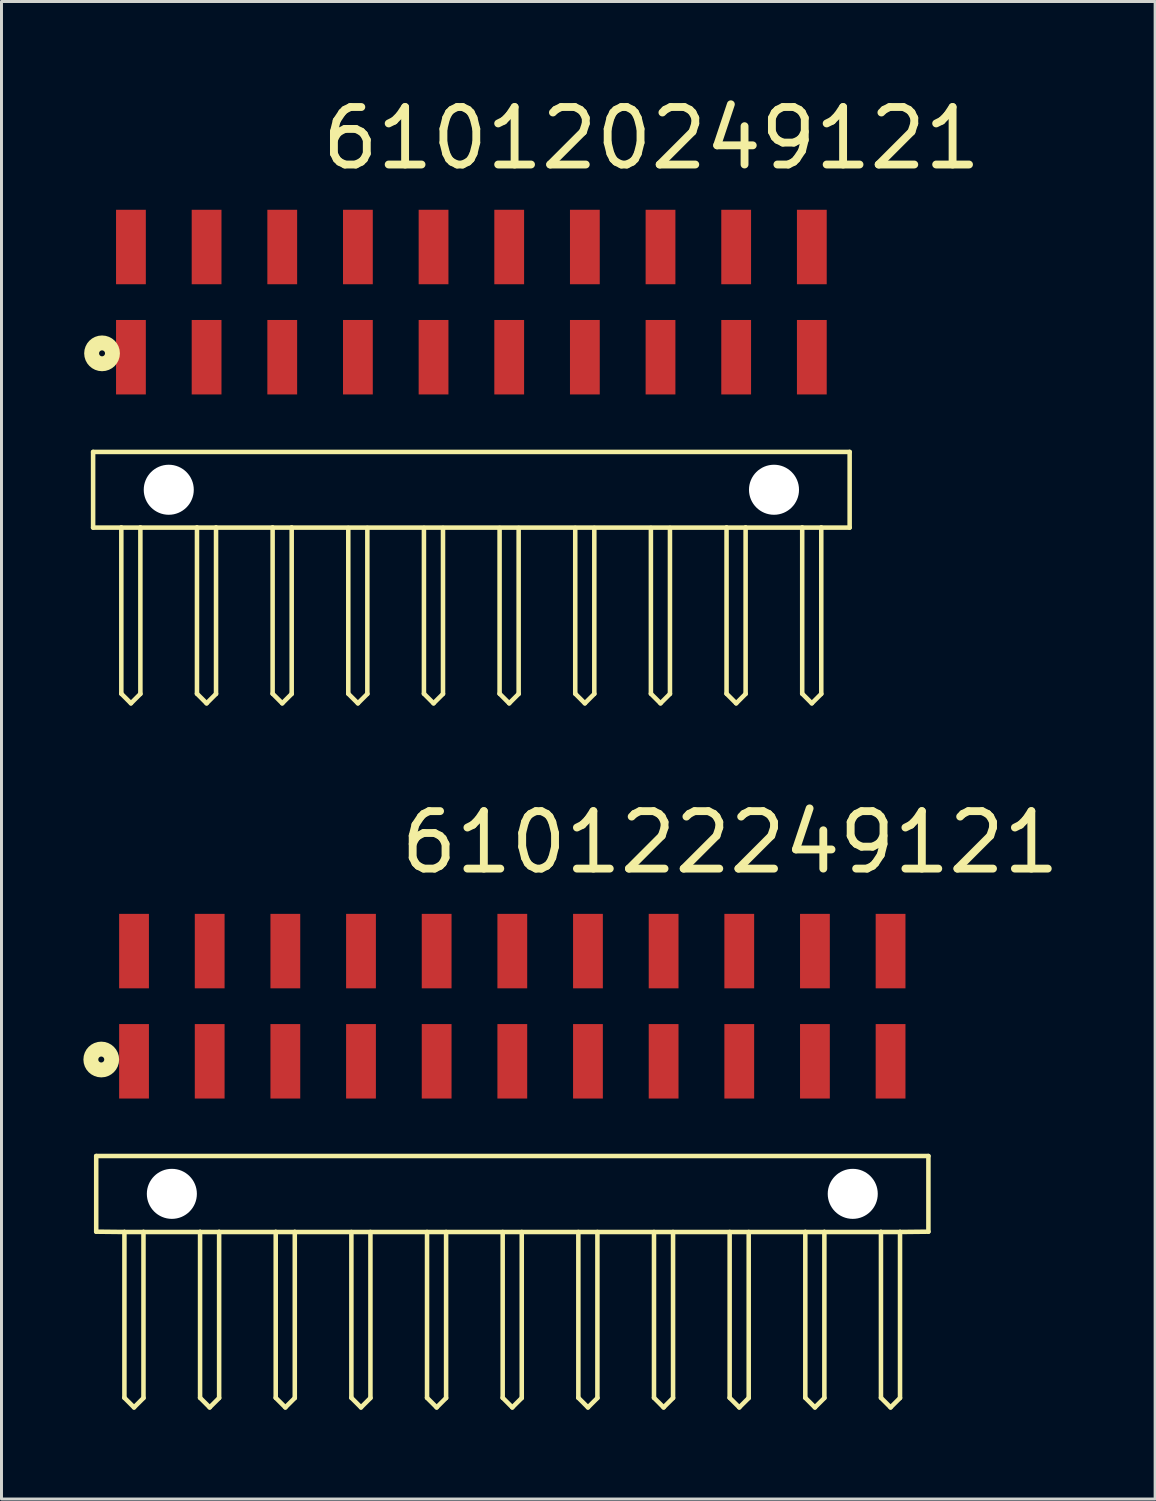
<source format=kicad_pcb>
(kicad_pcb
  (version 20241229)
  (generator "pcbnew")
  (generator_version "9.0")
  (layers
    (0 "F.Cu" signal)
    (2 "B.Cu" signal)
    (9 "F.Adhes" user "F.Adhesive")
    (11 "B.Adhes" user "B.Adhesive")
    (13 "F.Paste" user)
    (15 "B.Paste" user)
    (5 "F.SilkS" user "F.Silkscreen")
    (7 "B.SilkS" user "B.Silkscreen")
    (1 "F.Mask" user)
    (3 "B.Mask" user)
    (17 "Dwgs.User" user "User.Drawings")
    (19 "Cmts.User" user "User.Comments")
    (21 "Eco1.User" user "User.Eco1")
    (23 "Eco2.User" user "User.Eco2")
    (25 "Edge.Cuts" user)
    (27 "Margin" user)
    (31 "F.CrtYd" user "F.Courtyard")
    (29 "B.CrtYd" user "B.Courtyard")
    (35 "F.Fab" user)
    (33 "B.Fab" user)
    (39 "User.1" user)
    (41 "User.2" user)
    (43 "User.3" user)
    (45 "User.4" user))
  (footprint "610120249121"
    (layer "F.Cu")
    (at 12.776 13.393)
    (property "Reference" "610120249121" (at -5.156 -10.67 0) (layer "F.SilkS") (effects (font (size 1.93 1.93) (thickness 0.264)) (justify left bottom)))
    (attr through_hole)
    (fp_line (start -12.7 -1.27) (end -12.7 1.27) (stroke (width 0.152) (type solid)) (layer "F.SilkS"))
    (fp_line (start -11.753 1.27) (end -12.7 1.27) (stroke (width 0.152) (type solid)) (layer "F.SilkS"))
    (fp_line (start -11.753 1.27) (end -11.753 6.847) (stroke (width 0.152) (type solid)) (layer "F.SilkS"))
    (fp_line (start -11.43 7.17) (end -11.753 6.847) (stroke (width 0.152) (type solid)) (layer "F.SilkS"))
    (fp_line (start -11.113 1.27) (end -11.753 1.27) (stroke (width 0.152) (type solid)) (layer "F.SilkS"))
    (fp_line (start -11.113 1.27) (end -11.113 6.853) (stroke (width 0.152) (type solid)) (layer "F.SilkS"))
    (fp_line (start -11.113 6.853) (end -11.43 7.17) (stroke (width 0.152) (type solid)) (layer "F.SilkS"))
    (fp_line (start -9.213 1.27) (end -11.113 1.27) (stroke (width 0.152) (type solid)) (layer "F.SilkS"))
    (fp_line (start -9.213 1.27) (end -9.213 6.847) (stroke (width 0.152) (type solid)) (layer "F.SilkS"))
    (fp_line (start -8.89 7.17) (end -9.213 6.847) (stroke (width 0.152) (type solid)) (layer "F.SilkS"))
    (fp_line (start -8.573 1.27) (end -9.213 1.27) (stroke (width 0.152) (type solid)) (layer "F.SilkS"))
    (fp_line (start -8.573 1.27) (end -8.573 6.853) (stroke (width 0.152) (type solid)) (layer "F.SilkS"))
    (fp_line (start -8.573 6.853) (end -8.89 7.17) (stroke (width 0.152) (type solid)) (layer "F.SilkS"))
    (fp_line (start -6.673 1.27) (end -8.573 1.27) (stroke (width 0.152) (type solid)) (layer "F.SilkS"))
    (fp_line (start -6.673 1.27) (end -6.673 6.847) (stroke (width 0.152) (type solid)) (layer "F.SilkS"))
    (fp_line (start -6.35 7.17) (end -6.673 6.847) (stroke (width 0.152) (type solid)) (layer "F.SilkS"))
    (fp_line (start -6.033 1.27) (end -6.673 1.27) (stroke (width 0.152) (type solid)) (layer "F.SilkS"))
    (fp_line (start -6.033 1.27) (end -6.033 6.853) (stroke (width 0.152) (type solid)) (layer "F.SilkS"))
    (fp_line (start -6.033 6.853) (end -6.35 7.17) (stroke (width 0.152) (type solid)) (layer "F.SilkS"))
    (fp_line (start -4.133 1.28) (end -4.133 6.847) (stroke (width 0.152) (type solid)) (layer "F.SilkS"))
    (fp_line (start -3.81 7.17) (end -4.133 6.847) (stroke (width 0.152) (type solid)) (layer "F.SilkS"))
    (fp_line (start -3.493 1.28) (end -3.493 6.853) (stroke (width 0.152) (type solid)) (layer "F.SilkS"))
    (fp_line (start -3.493 6.853) (end -3.81 7.17) (stroke (width 0.152) (type solid)) (layer "F.SilkS"))
    (fp_line (start -1.593 1.28) (end -1.593 6.847) (stroke (width 0.152) (type solid)) (layer "F.SilkS"))
    (fp_line (start -1.27 7.17) (end -1.593 6.847) (stroke (width 0.152) (type solid)) (layer "F.SilkS"))
    (fp_line (start -0.953 1.28) (end -0.953 6.853) (stroke (width 0.152) (type solid)) (layer "F.SilkS"))
    (fp_line (start -0.953 6.853) (end -1.27 7.17) (stroke (width 0.152) (type solid)) (layer "F.SilkS"))
    (fp_line (start 0.947 1.28) (end 0.947 6.847) (stroke (width 0.152) (type solid)) (layer "F.SilkS"))
    (fp_line (start 1.27 7.17) (end 0.947 6.847) (stroke (width 0.152) (type solid)) (layer "F.SilkS"))
    (fp_line (start 1.587 1.28) (end 1.587 6.853) (stroke (width 0.152) (type solid)) (layer "F.SilkS"))
    (fp_line (start 1.587 6.853) (end 1.27 7.17) (stroke (width 0.152) (type solid)) (layer "F.SilkS"))
    (fp_line (start 3.487 1.28) (end 3.487 6.847) (stroke (width 0.152) (type solid)) (layer "F.SilkS"))
    (fp_line (start 3.81 7.17) (end 3.487 6.847) (stroke (width 0.152) (type solid)) (layer "F.SilkS"))
    (fp_line (start 4.127 1.28) (end 4.127 6.853) (stroke (width 0.152) (type solid)) (layer "F.SilkS"))
    (fp_line (start 4.127 6.853) (end 3.81 7.17) (stroke (width 0.152) (type solid)) (layer "F.SilkS"))
    (fp_line (start 6.027 1.28) (end 6.027 6.847) (stroke (width 0.152) (type solid)) (layer "F.SilkS"))
    (fp_line (start 6.35 7.17) (end 6.027 6.847) (stroke (width 0.152) (type solid)) (layer "F.SilkS"))
    (fp_line (start 6.667 1.28) (end 6.667 6.853) (stroke (width 0.152) (type solid)) (layer "F.SilkS"))
    (fp_line (start 6.667 6.853) (end 6.35 7.17) (stroke (width 0.152) (type solid)) (layer "F.SilkS"))
    (fp_line (start 8.567 1.27) (end -6.033 1.27) (stroke (width 0.152) (type solid)) (layer "F.SilkS"))
    (fp_line (start 8.567 1.27) (end 8.567 6.847) (stroke (width 0.152) (type solid)) (layer "F.SilkS"))
    (fp_line (start 8.89 7.17) (end 8.567 6.847) (stroke (width 0.152) (type solid)) (layer "F.SilkS"))
    (fp_line (start 9.207 1.27) (end 8.567 1.27) (stroke (width 0.152) (type solid)) (layer "F.SilkS"))
    (fp_line (start 9.207 1.27) (end 9.207 6.853) (stroke (width 0.152) (type solid)) (layer "F.SilkS"))
    (fp_line (start 9.207 6.853) (end 8.89 7.17) (stroke (width 0.152) (type solid)) (layer "F.SilkS"))
    (fp_line (start 11.107 1.27) (end 9.207 1.27) (stroke (width 0.152) (type solid)) (layer "F.SilkS"))
    (fp_line (start 11.107 1.27) (end 11.107 6.847) (stroke (width 0.152) (type solid)) (layer "F.SilkS"))
    (fp_line (start 11.43 7.17) (end 11.107 6.847) (stroke (width 0.152) (type solid)) (layer "F.SilkS"))
    (fp_line (start 11.747 1.27) (end 11.107 1.27) (stroke (width 0.152) (type solid)) (layer "F.SilkS"))
    (fp_line (start 11.747 1.27) (end 11.747 6.853) (stroke (width 0.152) (type solid)) (layer "F.SilkS"))
    (fp_line (start 11.747 6.853) (end 11.43 7.17) (stroke (width 0.152) (type solid)) (layer "F.SilkS"))
    (fp_line (start 12.7 -1.27) (end -12.7 -1.27) (stroke (width 0.152) (type solid)) (layer "F.SilkS"))
    (fp_line (start 12.7 -1.27) (end 12.7 1.27) (stroke (width 0.152) (type solid)) (layer "F.SilkS"))
    (fp_line (start 12.7 1.27) (end 11.747 1.27) (stroke (width 0.152) (type solid)) (layer "F.SilkS"))
    (fp_circle (center -12.4 -4.58) (end -12.3 -4.58) (stroke (width 0.5) (type solid)) (fill no) (layer "F.SilkS"))
    (pad "" np_thru_hole circle (at -10.16 0) (size 1.68 1.68) (drill 1.68) (layers "*.Cu"))
    (pad "" np_thru_hole circle (at 10.16 0) (size 1.68 1.68) (drill 1.68) (layers "*.Cu"))
    (pad "1" smd rect (at -11.43 -4.45) (size 1 2.5) (layers "F.Cu" "F.Mask" "F.Paste"))
    (pad "2" smd rect (at -8.89 -4.45) (size 1 2.5) (layers "F.Cu" "F.Mask" "F.Paste"))
    (pad "3" smd rect (at -6.35 -4.45) (size 1 2.5) (layers "F.Cu" "F.Mask" "F.Paste"))
    (pad "4" smd rect (at -3.81 -4.45) (size 1 2.5) (layers "F.Cu" "F.Mask" "F.Paste"))
    (pad "5" smd rect (at -1.27 -4.45) (size 1 2.5) (layers "F.Cu" "F.Mask" "F.Paste"))
    (pad "6" smd rect (at 1.27 -4.45) (size 1 2.5) (layers "F.Cu" "F.Mask" "F.Paste"))
    (pad "7" smd rect (at 3.81 -4.45) (size 1 2.5) (layers "F.Cu" "F.Mask" "F.Paste"))
    (pad "8" smd rect (at 6.35 -4.45) (size 1 2.5) (layers "F.Cu" "F.Mask" "F.Paste"))
    (pad "9" smd rect (at 8.89 -4.45) (size 1 2.5) (layers "F.Cu" "F.Mask" "F.Paste"))
    (pad "10" smd rect (at 11.43 -4.45) (size 1 2.5) (layers "F.Cu" "F.Mask" "F.Paste"))
    (pad "11" smd rect (at 11.43 -8.15) (size 1 2.5) (layers "F.Cu" "F.Mask" "F.Paste"))
    (pad "12" smd rect (at 8.89 -8.15) (size 1 2.5) (layers "F.Cu" "F.Mask" "F.Paste"))
    (pad "13" smd rect (at 6.35 -8.15) (size 1 2.5) (layers "F.Cu" "F.Mask" "F.Paste"))
    (pad "14" smd rect (at 3.81 -8.15) (size 1 2.5) (layers "F.Cu" "F.Mask" "F.Paste"))
    (pad "15" smd rect (at 1.27 -8.15) (size 1 2.5) (layers "F.Cu" "F.Mask" "F.Paste"))
    (pad "16" smd rect (at -1.27 -8.15) (size 1 2.5) (layers "F.Cu" "F.Mask" "F.Paste"))
    (pad "17" smd rect (at -3.81 -8.15) (size 1 2.5) (layers "F.Cu" "F.Mask" "F.Paste"))
    (pad "18" smd rect (at -6.35 -8.15) (size 1 2.5) (layers "F.Cu" "F.Mask" "F.Paste"))
    (pad "19" smd rect (at -8.89 -8.15) (size 1 2.5) (layers "F.Cu" "F.Mask" "F.Paste"))
    (pad "20" smd rect (at -11.43 -8.15) (size 1 2.5) (layers "F.Cu" "F.Mask" "F.Paste")))
  (footprint "610122249121"
    (layer "F.Cu")
    (at 14.15 37.032)
    (property "Reference" "610122249121" (at -3.886 -10.67 0) (layer "F.SilkS") (effects (font (size 1.93 1.93) (thickness 0.264)) (justify left bottom)))
    (attr through_hole)
    (fp_line (start -13.97 -1.27) (end -13.97 1.27) (stroke (width 0.152) (type solid)) (layer "F.SilkS"))
    (fp_line (start -13.023 1.28) (end -13.97 1.27) (stroke (width 0.152) (type solid)) (layer "F.SilkS"))
    (fp_line (start -13.023 1.28) (end -13.023 6.847) (stroke (width 0.152) (type solid)) (layer "F.SilkS"))
    (fp_line (start -12.7 7.17) (end -13.023 6.847) (stroke (width 0.152) (type solid)) (layer "F.SilkS"))
    (fp_line (start -12.383 1.28) (end -13.023 1.28) (stroke (width 0.152) (type solid)) (layer "F.SilkS"))
    (fp_line (start -12.383 1.28) (end -12.383 6.853) (stroke (width 0.152) (type solid)) (layer "F.SilkS"))
    (fp_line (start -12.383 6.853) (end -12.7 7.17) (stroke (width 0.152) (type solid)) (layer "F.SilkS"))
    (fp_line (start -10.483 1.28) (end -12.383 1.28) (stroke (width 0.152) (type solid)) (layer "F.SilkS"))
    (fp_line (start -10.483 1.28) (end -10.483 6.847) (stroke (width 0.152) (type solid)) (layer "F.SilkS"))
    (fp_line (start -10.16 7.17) (end -10.483 6.847) (stroke (width 0.152) (type solid)) (layer "F.SilkS"))
    (fp_line (start -9.843 1.28) (end -10.483 1.28) (stroke (width 0.152) (type solid)) (layer "F.SilkS"))
    (fp_line (start -9.843 1.28) (end -9.843 6.853) (stroke (width 0.152) (type solid)) (layer "F.SilkS"))
    (fp_line (start -9.843 6.853) (end -10.16 7.17) (stroke (width 0.152) (type solid)) (layer "F.SilkS"))
    (fp_line (start -7.943 1.28) (end -9.843 1.28) (stroke (width 0.152) (type solid)) (layer "F.SilkS"))
    (fp_line (start -7.943 1.28) (end -7.943 6.847) (stroke (width 0.152) (type solid)) (layer "F.SilkS"))
    (fp_line (start -7.62 7.17) (end -7.943 6.847) (stroke (width 0.152) (type solid)) (layer "F.SilkS"))
    (fp_line (start -7.303 1.28) (end -7.943 1.28) (stroke (width 0.152) (type solid)) (layer "F.SilkS"))
    (fp_line (start -7.303 1.28) (end -7.303 6.853) (stroke (width 0.152) (type solid)) (layer "F.SilkS"))
    (fp_line (start -7.303 6.853) (end -7.62 7.17) (stroke (width 0.152) (type solid)) (layer "F.SilkS"))
    (fp_line (start -5.403 1.28) (end -5.403 6.847) (stroke (width 0.152) (type solid)) (layer "F.SilkS"))
    (fp_line (start -5.08 7.17) (end -5.403 6.847) (stroke (width 0.152) (type solid)) (layer "F.SilkS"))
    (fp_line (start -4.763 1.28) (end -4.763 6.853) (stroke (width 0.152) (type solid)) (layer "F.SilkS"))
    (fp_line (start -4.763 6.853) (end -5.08 7.17) (stroke (width 0.152) (type solid)) (layer "F.SilkS"))
    (fp_line (start -2.863 1.28) (end -2.863 6.847) (stroke (width 0.152) (type solid)) (layer "F.SilkS"))
    (fp_line (start -2.54 7.17) (end -2.863 6.847) (stroke (width 0.152) (type solid)) (layer "F.SilkS"))
    (fp_line (start -2.223 1.28) (end -2.223 6.853) (stroke (width 0.152) (type solid)) (layer "F.SilkS"))
    (fp_line (start -2.223 6.853) (end -2.54 7.17) (stroke (width 0.152) (type solid)) (layer "F.SilkS"))
    (fp_line (start -0.323 1.28) (end -0.323 6.847) (stroke (width 0.152) (type solid)) (layer "F.SilkS"))
    (fp_line (start 0 7.17) (end -0.323 6.847) (stroke (width 0.152) (type solid)) (layer "F.SilkS"))
    (fp_line (start 0.317 1.28) (end 0.317 6.853) (stroke (width 0.152) (type solid)) (layer "F.SilkS"))
    (fp_line (start 0.317 6.853) (end 0 7.17) (stroke (width 0.152) (type solid)) (layer "F.SilkS"))
    (fp_line (start 2.217 1.28) (end 2.217 6.847) (stroke (width 0.152) (type solid)) (layer "F.SilkS"))
    (fp_line (start 2.54 7.17) (end 2.217 6.847) (stroke (width 0.152) (type solid)) (layer "F.SilkS"))
    (fp_line (start 2.857 1.28) (end 2.857 6.853) (stroke (width 0.152) (type solid)) (layer "F.SilkS"))
    (fp_line (start 2.857 6.853) (end 2.54 7.17) (stroke (width 0.152) (type solid)) (layer "F.SilkS"))
    (fp_line (start 4.757 1.28) (end 4.757 6.847) (stroke (width 0.152) (type solid)) (layer "F.SilkS"))
    (fp_line (start 5.08 7.17) (end 4.757 6.847) (stroke (width 0.152) (type solid)) (layer "F.SilkS"))
    (fp_line (start 5.397 1.28) (end 5.397 6.853) (stroke (width 0.152) (type solid)) (layer "F.SilkS"))
    (fp_line (start 5.397 6.853) (end 5.08 7.17) (stroke (width 0.152) (type solid)) (layer "F.SilkS"))
    (fp_line (start 7.297 1.28) (end 7.297 6.847) (stroke (width 0.152) (type solid)) (layer "F.SilkS"))
    (fp_line (start 7.62 7.17) (end 7.297 6.847) (stroke (width 0.152) (type solid)) (layer "F.SilkS"))
    (fp_line (start 7.937 1.28) (end 7.937 6.853) (stroke (width 0.152) (type solid)) (layer "F.SilkS"))
    (fp_line (start 7.937 6.853) (end 7.62 7.17) (stroke (width 0.152) (type solid)) (layer "F.SilkS"))
    (fp_line (start 9.837 1.28) (end -7.303 1.28) (stroke (width 0.152) (type solid)) (layer "F.SilkS"))
    (fp_line (start 9.837 1.28) (end 9.837 6.847) (stroke (width 0.152) (type solid)) (layer "F.SilkS"))
    (fp_line (start 10.16 7.17) (end 9.837 6.847) (stroke (width 0.152) (type solid)) (layer "F.SilkS"))
    (fp_line (start 10.477 1.28) (end 9.837 1.28) (stroke (width 0.152) (type solid)) (layer "F.SilkS"))
    (fp_line (start 10.477 1.28) (end 10.477 6.853) (stroke (width 0.152) (type solid)) (layer "F.SilkS"))
    (fp_line (start 10.477 6.853) (end 10.16 7.17) (stroke (width 0.152) (type solid)) (layer "F.SilkS"))
    (fp_line (start 12.377 1.28) (end 10.477 1.28) (stroke (width 0.152) (type solid)) (layer "F.SilkS"))
    (fp_line (start 12.377 1.28) (end 12.377 6.847) (stroke (width 0.152) (type solid)) (layer "F.SilkS"))
    (fp_line (start 12.7 7.17) (end 12.377 6.847) (stroke (width 0.152) (type solid)) (layer "F.SilkS"))
    (fp_line (start 13.017 1.28) (end 12.377 1.28) (stroke (width 0.152) (type solid)) (layer "F.SilkS"))
    (fp_line (start 13.017 1.28) (end 13.017 6.853) (stroke (width 0.152) (type solid)) (layer "F.SilkS"))
    (fp_line (start 13.017 6.853) (end 12.7 7.17) (stroke (width 0.152) (type solid)) (layer "F.SilkS"))
    (fp_line (start 13.97 -1.27) (end -13.97 -1.27) (stroke (width 0.152) (type solid)) (layer "F.SilkS"))
    (fp_line (start 13.97 -1.27) (end 13.97 1.27) (stroke (width 0.152) (type solid)) (layer "F.SilkS"))
    (fp_line (start 13.97 1.27) (end 13.017 1.28) (stroke (width 0.152) (type solid)) (layer "F.SilkS"))
    (fp_circle (center -13.8 -4.51) (end -13.7 -4.51) (stroke (width 0.5) (type solid)) (fill no) (layer "F.SilkS"))
    (pad "" np_thru_hole circle (at -11.43 0) (size 1.68 1.68) (drill 1.68) (layers "*.Cu"))
    (pad "" np_thru_hole circle (at 11.43 0) (size 1.68 1.68) (drill 1.68) (layers "*.Cu"))
    (pad "1" smd rect (at -12.7 -4.45) (size 1 2.5) (layers "F.Cu" "F.Mask" "F.Paste"))
    (pad "2" smd rect (at -10.16 -4.45) (size 1 2.5) (layers "F.Cu" "F.Mask" "F.Paste"))
    (pad "3" smd rect (at -7.62 -4.45) (size 1 2.5) (layers "F.Cu" "F.Mask" "F.Paste"))
    (pad "4" smd rect (at -5.08 -4.45) (size 1 2.5) (layers "F.Cu" "F.Mask" "F.Paste"))
    (pad "5" smd rect (at -2.54 -4.45) (size 1 2.5) (layers "F.Cu" "F.Mask" "F.Paste"))
    (pad "6" smd rect (at 0 -4.45) (size 1 2.5) (layers "F.Cu" "F.Mask" "F.Paste"))
    (pad "7" smd rect (at 2.54 -4.45) (size 1 2.5) (layers "F.Cu" "F.Mask" "F.Paste"))
    (pad "8" smd rect (at 5.08 -4.45) (size 1 2.5) (layers "F.Cu" "F.Mask" "F.Paste"))
    (pad "9" smd rect (at 7.62 -4.45) (size 1 2.5) (layers "F.Cu" "F.Mask" "F.Paste"))
    (pad "10" smd rect (at 10.16 -4.45) (size 1 2.5) (layers "F.Cu" "F.Mask" "F.Paste"))
    (pad "11" smd rect (at 12.7 -4.45) (size 1 2.5) (layers "F.Cu" "F.Mask" "F.Paste"))
    (pad "12" smd rect (at 12.7 -8.15) (size 1 2.5) (layers "F.Cu" "F.Mask" "F.Paste"))
    (pad "13" smd rect (at 10.16 -8.15) (size 1 2.5) (layers "F.Cu" "F.Mask" "F.Paste"))
    (pad "14" smd rect (at 7.62 -8.15) (size 1 2.5) (layers "F.Cu" "F.Mask" "F.Paste"))
    (pad "15" smd rect (at 5.08 -8.15) (size 1 2.5) (layers "F.Cu" "F.Mask" "F.Paste"))
    (pad "16" smd rect (at 2.54 -8.15) (size 1 2.5) (layers "F.Cu" "F.Mask" "F.Paste"))
    (pad "17" smd rect (at 0 -8.15) (size 1 2.5) (layers "F.Cu" "F.Mask" "F.Paste"))
    (pad "18" smd rect (at -2.54 -8.15) (size 1 2.5) (layers "F.Cu" "F.Mask" "F.Paste"))
    (pad "19" smd rect (at -5.08 -8.15) (size 1 2.5) (layers "F.Cu" "F.Mask" "F.Paste"))
    (pad "20" smd rect (at -7.62 -8.15) (size 1 2.5) (layers "F.Cu" "F.Mask" "F.Paste"))
    (pad "21" smd rect (at -10.16 -8.15) (size 1 2.5) (layers "F.Cu" "F.Mask" "F.Paste"))
    (pad "22" smd rect (at -12.7 -8.15) (size 1 2.5) (layers "F.Cu" "F.Mask" "F.Paste")))
  (gr_rect
    (start -3 -3)
    (end 35.732 47.278)
    (stroke (width 0.1) (type default))
    (fill no)
    (layer "Edge.Cuts")))
</source>
